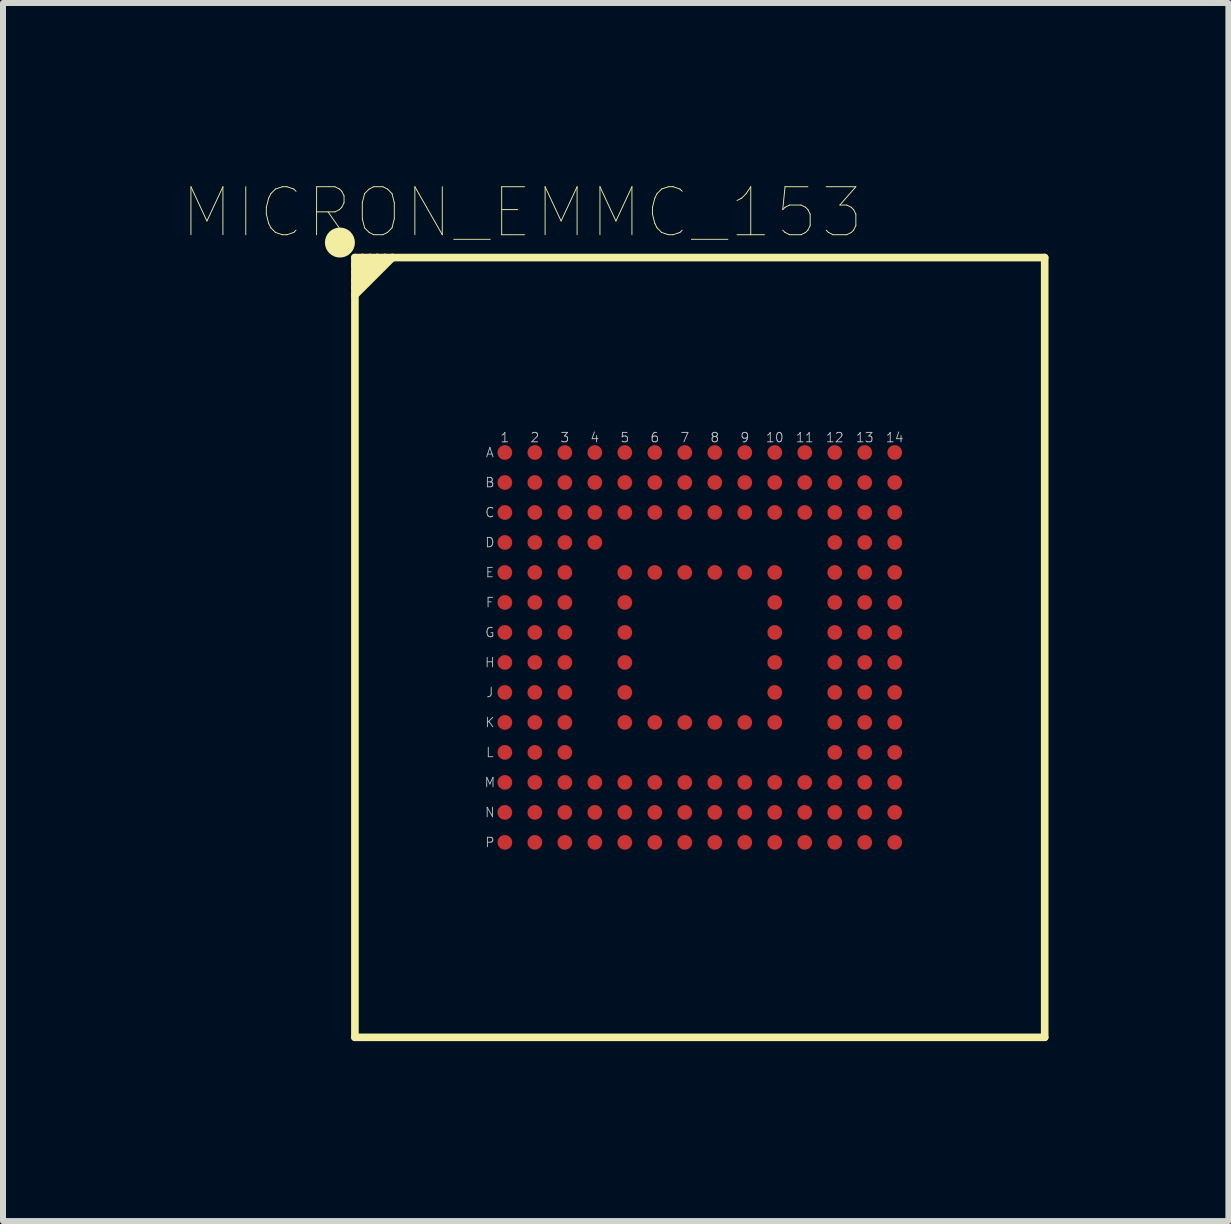
<source format=kicad_pcb>
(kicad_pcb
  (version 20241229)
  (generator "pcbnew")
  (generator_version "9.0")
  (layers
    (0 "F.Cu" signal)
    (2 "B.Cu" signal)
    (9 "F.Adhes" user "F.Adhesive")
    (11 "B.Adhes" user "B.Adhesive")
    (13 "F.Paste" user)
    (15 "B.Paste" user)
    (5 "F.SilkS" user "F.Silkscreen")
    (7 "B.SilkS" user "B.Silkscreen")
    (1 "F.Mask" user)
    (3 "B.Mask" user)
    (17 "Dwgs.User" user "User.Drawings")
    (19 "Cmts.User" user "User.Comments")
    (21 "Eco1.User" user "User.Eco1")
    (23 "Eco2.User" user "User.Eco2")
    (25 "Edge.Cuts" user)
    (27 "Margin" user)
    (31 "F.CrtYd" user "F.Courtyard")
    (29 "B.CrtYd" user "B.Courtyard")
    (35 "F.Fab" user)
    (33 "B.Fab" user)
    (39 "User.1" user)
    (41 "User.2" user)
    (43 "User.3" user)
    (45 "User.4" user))
  (footprint "MICRON_EMMC_153"
    (layer "F.Cu")
    (at 8.617 7.744)
    (property "Reference" "MICRON_EMMC_153" (at -2.96 -7.25 0) (layer "F.SilkS") (effects (font (size 0.8 0.8) (thickness 0.015))))
    (attr through_hole)
    (fp_line (start -5.75 -6.5) (end -5.75 -6.375) (stroke (width 0.127) (type solid)) (layer "F.SilkS"))
    (fp_line (start -5.75 -6.375) (end -5.75 -6.25) (stroke (width 0.127) (type solid)) (layer "F.SilkS"))
    (fp_line (start -5.75 -6.375) (end -5.625 -6.5) (stroke (width 0.127) (type solid)) (layer "F.SilkS"))
    (fp_line (start -5.75 -6.25) (end -5.75 -6.125) (stroke (width 0.127) (type solid)) (layer "F.SilkS"))
    (fp_line (start -5.75 -6.25) (end -5.5 -6.5) (stroke (width 0.127) (type solid)) (layer "F.SilkS"))
    (fp_line (start -5.75 -6.125) (end -5.75 -6) (stroke (width 0.127) (type solid)) (layer "F.SilkS"))
    (fp_line (start -5.75 -6.125) (end -5.375 -6.5) (stroke (width 0.127) (type solid)) (layer "F.SilkS"))
    (fp_line (start -5.75 -6) (end -5.75 -5.875) (stroke (width 0.127) (type solid)) (layer "F.SilkS"))
    (fp_line (start -5.75 -6) (end -5.25 -6.5) (stroke (width 0.127) (type solid)) (layer "F.SilkS"))
    (fp_line (start -5.75 -5.875) (end -5.75 6.5) (stroke (width 0.127) (type solid)) (layer "F.SilkS"))
    (fp_line (start -5.75 -5.875) (end -5.125 -6.5) (stroke (width 0.127) (type solid)) (layer "F.SilkS"))
    (fp_line (start -5.75 6.5) (end 5.75 6.5) (stroke (width 0.127) (type solid)) (layer "F.SilkS"))
    (fp_line (start -5.625 -6.5) (end -5.75 -6.5) (stroke (width 0.127) (type solid)) (layer "F.SilkS"))
    (fp_line (start -5.5 -6.5) (end -5.625 -6.5) (stroke (width 0.127) (type solid)) (layer "F.SilkS"))
    (fp_line (start -5.375 -6.5) (end -5.5 -6.5) (stroke (width 0.127) (type solid)) (layer "F.SilkS"))
    (fp_line (start -5.25 -6.5) (end -5.375 -6.5) (stroke (width 0.127) (type solid)) (layer "F.SilkS"))
    (fp_line (start -5.125 -6.5) (end -5.25 -6.5) (stroke (width 0.127) (type solid)) (layer "F.SilkS"))
    (fp_line (start 5.75 -6.5) (end -5.125 -6.5) (stroke (width 0.127) (type solid)) (layer "F.SilkS"))
    (fp_line (start 5.75 6.5) (end 5.75 -6.5) (stroke (width 0.127) (type solid)) (layer "F.SilkS"))
    (fp_circle (center -6 -6.75) (end -5.875 -6.75) (stroke (width 0.25) (type solid)) (fill no) (layer "F.SilkS"))
    (fp_text user "D" (at -3.5 -1.75 0) (layer "Dwgs.User") (effects (font (size 0.157 0.157) (thickness 0.015))))
    (fp_text user "10" (at 1.25 -3.5 0) (layer "Dwgs.User") (effects (font (size 0.157 0.157) (thickness 0.015))))
    (fp_text user "E" (at -3.5 -1.25 0) (layer "Dwgs.User") (effects (font (size 0.157 0.157) (thickness 0.015))))
    (fp_text user "14" (at 3.25 -3.5 0) (layer "Dwgs.User") (effects (font (size 0.157 0.157) (thickness 0.015))))
    (fp_text user "A" (at -3.5 -3.25 0) (layer "Dwgs.User") (effects (font (size 0.157 0.157) (thickness 0.015))))
    (fp_text user "K" (at -3.5 1.25 0) (layer "Dwgs.User") (effects (font (size 0.157 0.157) (thickness 0.015))))
    (fp_text user "2" (at -2.75 -3.5 0) (layer "Dwgs.User") (effects (font (size 0.157 0.157) (thickness 0.015))))
    (fp_text user "13" (at 2.75 -3.5 0) (layer "Dwgs.User") (effects (font (size 0.157 0.157) (thickness 0.015))))
    (fp_text user "N" (at -3.5 2.75 0) (layer "Dwgs.User") (effects (font (size 0.157 0.157) (thickness 0.015))))
    (fp_text user "H" (at -3.5 0.25 0) (layer "Dwgs.User") (effects (font (size 0.157 0.157) (thickness 0.015))))
    (fp_text user "11" (at 1.75 -3.5 0) (layer "Dwgs.User") (effects (font (size 0.157 0.157) (thickness 0.015))))
    (fp_text user "5" (at -1.25 -3.5 0) (layer "Dwgs.User") (effects (font (size 0.157 0.157) (thickness 0.015))))
    (fp_text user "1" (at -3.25 -3.5 0) (layer "Dwgs.User") (effects (font (size 0.157 0.157) (thickness 0.015))))
    (fp_text user "6" (at -0.75 -3.5 0) (layer "Dwgs.User") (effects (font (size 0.157 0.157) (thickness 0.015))))
    (fp_text user "M" (at -3.5 2.25 0) (layer "Dwgs.User") (effects (font (size 0.157 0.157) (thickness 0.015))))
    (fp_text user "J" (at -3.5 0.75 0) (layer "Dwgs.User") (effects (font (size 0.157 0.157) (thickness 0.015))))
    (fp_text user "9" (at 0.75 -3.5 0) (layer "Dwgs.User") (effects (font (size 0.157 0.157) (thickness 0.015))))
    (fp_text user "B" (at -3.5 -2.75 0) (layer "Dwgs.User") (effects (font (size 0.157 0.157) (thickness 0.015))))
    (fp_text user "F" (at -3.5 -0.75 0) (layer "Dwgs.User") (effects (font (size 0.157 0.157) (thickness 0.015))))
    (fp_text user "4" (at -1.75 -3.5 0) (layer "Dwgs.User") (effects (font (size 0.157 0.157) (thickness 0.015))))
    (fp_text user "8" (at 0.25 -3.5 0) (layer "Dwgs.User") (effects (font (size 0.157 0.157) (thickness 0.015))))
    (fp_text user "L" (at -3.5 1.75 0) (layer "Dwgs.User") (effects (font (size 0.157 0.157) (thickness 0.015))))
    (fp_text user "G" (at -3.5 -0.25 0) (layer "Dwgs.User") (effects (font (size 0.157 0.157) (thickness 0.015))))
    (fp_text user "3" (at -2.25 -3.5 0) (layer "Dwgs.User") (effects (font (size 0.157 0.157) (thickness 0.015))))
    (fp_text user "12" (at 2.25 -3.5 0) (layer "Dwgs.User") (effects (font (size 0.157 0.157) (thickness 0.015))))
    (fp_text user "C" (at -3.5 -2.25 0) (layer "Dwgs.User") (effects (font (size 0.157 0.157) (thickness 0.015))))
    (fp_text user "7" (at -0.25 -3.5 0) (layer "Dwgs.User") (effects (font (size 0.157 0.157) (thickness 0.015))))
    (fp_text user "P" (at -3.5 3.25 0) (layer "Dwgs.User") (effects (font (size 0.157 0.157) (thickness 0.015))))
    (pad "A1" smd circle (at -3.25 -3.25) (size 0.245 0.245) (layers "F.Cu" "F.Mask" "F.Paste"))
    (pad "A2" smd circle (at -2.75 -3.25) (size 0.245 0.245) (layers "F.Cu" "F.Mask" "F.Paste"))
    (pad "A3" smd circle (at -2.25 -3.25) (size 0.245 0.245) (layers "F.Cu" "F.Mask" "F.Paste"))
    (pad "A4" smd circle (at -1.75 -3.25) (size 0.245 0.245) (layers "F.Cu" "F.Mask" "F.Paste"))
    (pad "A5" smd circle (at -1.25 -3.25) (size 0.245 0.245) (layers "F.Cu" "F.Mask" "F.Paste"))
    (pad "A6" smd circle (at -0.75 -3.25) (size 0.245 0.245) (layers "F.Cu" "F.Mask" "F.Paste"))
    (pad "A7" smd circle (at -0.25 -3.25) (size 0.245 0.245) (layers "F.Cu" "F.Mask" "F.Paste"))
    (pad "A8" smd circle (at 0.25 -3.25) (size 0.245 0.245) (layers "F.Cu" "F.Mask" "F.Paste"))
    (pad "A9" smd circle (at 0.75 -3.25) (size 0.245 0.245) (layers "F.Cu" "F.Mask" "F.Paste"))
    (pad "A10" smd circle (at 1.25 -3.25) (size 0.245 0.245) (layers "F.Cu" "F.Mask" "F.Paste"))
    (pad "A11" smd circle (at 1.75 -3.25) (size 0.245 0.245) (layers "F.Cu" "F.Mask" "F.Paste"))
    (pad "A12" smd circle (at 2.25 -3.25) (size 0.245 0.245) (layers "F.Cu" "F.Mask" "F.Paste"))
    (pad "A13" smd circle (at 2.75 -3.25) (size 0.245 0.245) (layers "F.Cu" "F.Mask" "F.Paste"))
    (pad "A14" smd circle (at 3.25 -3.25) (size 0.245 0.245) (layers "F.Cu" "F.Mask" "F.Paste"))
    (pad "B1" smd circle (at -3.25 -2.75) (size 0.245 0.245) (layers "F.Cu" "F.Mask" "F.Paste"))
    (pad "B2" smd circle (at -2.75 -2.75) (size 0.245 0.245) (layers "F.Cu" "F.Mask" "F.Paste"))
    (pad "B3" smd circle (at -2.25 -2.75) (size 0.245 0.245) (layers "F.Cu" "F.Mask" "F.Paste"))
    (pad "B4" smd circle (at -1.75 -2.75) (size 0.245 0.245) (layers "F.Cu" "F.Mask" "F.Paste"))
    (pad "B5" smd circle (at -1.25 -2.75) (size 0.245 0.245) (layers "F.Cu" "F.Mask" "F.Paste"))
    (pad "B6" smd circle (at -0.75 -2.75) (size 0.245 0.245) (layers "F.Cu" "F.Mask" "F.Paste"))
    (pad "B7" smd circle (at -0.25 -2.75) (size 0.245 0.245) (layers "F.Cu" "F.Mask" "F.Paste"))
    (pad "B8" smd circle (at 0.25 -2.75) (size 0.245 0.245) (layers "F.Cu" "F.Mask" "F.Paste"))
    (pad "B9" smd circle (at 0.75 -2.75) (size 0.245 0.245) (layers "F.Cu" "F.Mask" "F.Paste"))
    (pad "B10" smd circle (at 1.25 -2.75) (size 0.245 0.245) (layers "F.Cu" "F.Mask" "F.Paste"))
    (pad "B11" smd circle (at 1.75 -2.75) (size 0.245 0.245) (layers "F.Cu" "F.Mask" "F.Paste"))
    (pad "B12" smd circle (at 2.25 -2.75) (size 0.245 0.245) (layers "F.Cu" "F.Mask" "F.Paste"))
    (pad "B13" smd circle (at 2.75 -2.75) (size 0.245 0.245) (layers "F.Cu" "F.Mask" "F.Paste"))
    (pad "B14" smd circle (at 3.25 -2.75) (size 0.245 0.245) (layers "F.Cu" "F.Mask" "F.Paste"))
    (pad "C1" smd circle (at -3.25 -2.25) (size 0.245 0.245) (layers "F.Cu" "F.Mask" "F.Paste"))
    (pad "C2" smd circle (at -2.75 -2.25) (size 0.245 0.245) (layers "F.Cu" "F.Mask" "F.Paste"))
    (pad "C3" smd circle (at -2.25 -2.25) (size 0.245 0.245) (layers "F.Cu" "F.Mask" "F.Paste"))
    (pad "C4" smd circle (at -1.75 -2.25) (size 0.245 0.245) (layers "F.Cu" "F.Mask" "F.Paste"))
    (pad "C5" smd circle (at -1.25 -2.25) (size 0.245 0.245) (layers "F.Cu" "F.Mask" "F.Paste"))
    (pad "C6" smd circle (at -0.75 -2.25) (size 0.245 0.245) (layers "F.Cu" "F.Mask" "F.Paste"))
    (pad "C7" smd circle (at -0.25 -2.25) (size 0.245 0.245) (layers "F.Cu" "F.Mask" "F.Paste"))
    (pad "C8" smd circle (at 0.25 -2.25) (size 0.245 0.245) (layers "F.Cu" "F.Mask" "F.Paste"))
    (pad "C9" smd circle (at 0.75 -2.25) (size 0.245 0.245) (layers "F.Cu" "F.Mask" "F.Paste"))
    (pad "C10" smd circle (at 1.25 -2.25) (size 0.245 0.245) (layers "F.Cu" "F.Mask" "F.Paste"))
    (pad "C11" smd circle (at 1.75 -2.25) (size 0.245 0.245) (layers "F.Cu" "F.Mask" "F.Paste"))
    (pad "C12" smd circle (at 2.25 -2.25) (size 0.245 0.245) (layers "F.Cu" "F.Mask" "F.Paste"))
    (pad "C13" smd circle (at 2.75 -2.25) (size 0.245 0.245) (layers "F.Cu" "F.Mask" "F.Paste"))
    (pad "C14" smd circle (at 3.25 -2.25) (size 0.245 0.245) (layers "F.Cu" "F.Mask" "F.Paste"))
    (pad "D1" smd circle (at -3.25 -1.75) (size 0.245 0.245) (layers "F.Cu" "F.Mask" "F.Paste"))
    (pad "D2" smd circle (at -2.75 -1.75) (size 0.245 0.245) (layers "F.Cu" "F.Mask" "F.Paste"))
    (pad "D3" smd circle (at -2.25 -1.75) (size 0.245 0.245) (layers "F.Cu" "F.Mask" "F.Paste"))
    (pad "D4" smd circle (at -1.75 -1.75) (size 0.245 0.245) (layers "F.Cu" "F.Mask" "F.Paste"))
    (pad "D12" smd circle (at 2.25 -1.75) (size 0.245 0.245) (layers "F.Cu" "F.Mask" "F.Paste"))
    (pad "D13" smd circle (at 2.75 -1.75) (size 0.245 0.245) (layers "F.Cu" "F.Mask" "F.Paste"))
    (pad "D14" smd circle (at 3.25 -1.75) (size 0.245 0.245) (layers "F.Cu" "F.Mask" "F.Paste"))
    (pad "E1" smd circle (at -3.25 -1.25) (size 0.245 0.245) (layers "F.Cu" "F.Mask" "F.Paste"))
    (pad "E2" smd circle (at -2.75 -1.25) (size 0.245 0.245) (layers "F.Cu" "F.Mask" "F.Paste"))
    (pad "E3" smd circle (at -2.25 -1.25) (size 0.245 0.245) (layers "F.Cu" "F.Mask" "F.Paste"))
    (pad "E5" smd circle (at -1.25 -1.25) (size 0.245 0.245) (layers "F.Cu" "F.Mask" "F.Paste"))
    (pad "E6" smd circle (at -0.75 -1.25) (size 0.245 0.245) (layers "F.Cu" "F.Mask" "F.Paste"))
    (pad "E7" smd circle (at -0.25 -1.25) (size 0.245 0.245) (layers "F.Cu" "F.Mask" "F.Paste"))
    (pad "E8" smd circle (at 0.25 -1.25) (size 0.245 0.245) (layers "F.Cu" "F.Mask" "F.Paste"))
    (pad "E9" smd circle (at 0.75 -1.25) (size 0.245 0.245) (layers "F.Cu" "F.Mask" "F.Paste"))
    (pad "E10" smd circle (at 1.25 -1.25) (size 0.245 0.245) (layers "F.Cu" "F.Mask" "F.Paste"))
    (pad "E12" smd circle (at 2.25 -1.25) (size 0.245 0.245) (layers "F.Cu" "F.Mask" "F.Paste"))
    (pad "E13" smd circle (at 2.75 -1.25) (size 0.245 0.245) (layers "F.Cu" "F.Mask" "F.Paste"))
    (pad "E14" smd circle (at 3.25 -1.25) (size 0.245 0.245) (layers "F.Cu" "F.Mask" "F.Paste"))
    (pad "F1" smd circle (at -3.25 -0.75) (size 0.245 0.245) (layers "F.Cu" "F.Mask" "F.Paste"))
    (pad "F2" smd circle (at -2.75 -0.75) (size 0.245 0.245) (layers "F.Cu" "F.Mask" "F.Paste"))
    (pad "F3" smd circle (at -2.25 -0.75) (size 0.245 0.245) (layers "F.Cu" "F.Mask" "F.Paste"))
    (pad "F5" smd circle (at -1.25 -0.75) (size 0.245 0.245) (layers "F.Cu" "F.Mask" "F.Paste"))
    (pad "F10" smd circle (at 1.25 -0.75) (size 0.245 0.245) (layers "F.Cu" "F.Mask" "F.Paste"))
    (pad "F12" smd circle (at 2.25 -0.75) (size 0.245 0.245) (layers "F.Cu" "F.Mask" "F.Paste"))
    (pad "F13" smd circle (at 2.75 -0.75) (size 0.245 0.245) (layers "F.Cu" "F.Mask" "F.Paste"))
    (pad "F14" smd circle (at 3.25 -0.75) (size 0.245 0.245) (layers "F.Cu" "F.Mask" "F.Paste"))
    (pad "G1" smd circle (at -3.25 -0.25) (size 0.245 0.245) (layers "F.Cu" "F.Mask" "F.Paste"))
    (pad "G2" smd circle (at -2.75 -0.25) (size 0.245 0.245) (layers "F.Cu" "F.Mask" "F.Paste"))
    (pad "G3" smd circle (at -2.25 -0.25) (size 0.245 0.245) (layers "F.Cu" "F.Mask" "F.Paste"))
    (pad "G5" smd circle (at -1.25 -0.25) (size 0.245 0.245) (layers "F.Cu" "F.Mask" "F.Paste"))
    (pad "G10" smd circle (at 1.25 -0.25) (size 0.245 0.245) (layers "F.Cu" "F.Mask" "F.Paste"))
    (pad "G12" smd circle (at 2.25 -0.25) (size 0.245 0.245) (layers "F.Cu" "F.Mask" "F.Paste"))
    (pad "G13" smd circle (at 2.75 -0.25) (size 0.245 0.245) (layers "F.Cu" "F.Mask" "F.Paste"))
    (pad "G14" smd circle (at 3.25 -0.25) (size 0.245 0.245) (layers "F.Cu" "F.Mask" "F.Paste"))
    (pad "H1" smd circle (at -3.25 0.25) (size 0.245 0.245) (layers "F.Cu" "F.Mask" "F.Paste"))
    (pad "H2" smd circle (at -2.75 0.25) (size 0.245 0.245) (layers "F.Cu" "F.Mask" "F.Paste"))
    (pad "H3" smd circle (at -2.25 0.25) (size 0.245 0.245) (layers "F.Cu" "F.Mask" "F.Paste"))
    (pad "H5" smd circle (at -1.25 0.25) (size 0.245 0.245) (layers "F.Cu" "F.Mask" "F.Paste"))
    (pad "H10" smd circle (at 1.25 0.25) (size 0.245 0.245) (layers "F.Cu" "F.Mask" "F.Paste"))
    (pad "H12" smd circle (at 2.25 0.25) (size 0.245 0.245) (layers "F.Cu" "F.Mask" "F.Paste"))
    (pad "H13" smd circle (at 2.75 0.25) (size 0.245 0.245) (layers "F.Cu" "F.Mask" "F.Paste"))
    (pad "H14" smd circle (at 3.25 0.25) (size 0.245 0.245) (layers "F.Cu" "F.Mask" "F.Paste"))
    (pad "J1" smd circle (at -3.25 0.75) (size 0.245 0.245) (layers "F.Cu" "F.Mask" "F.Paste"))
    (pad "J2" smd circle (at -2.75 0.75) (size 0.245 0.245) (layers "F.Cu" "F.Mask" "F.Paste"))
    (pad "J3" smd circle (at -2.25 0.75) (size 0.245 0.245) (layers "F.Cu" "F.Mask" "F.Paste"))
    (pad "J5" smd circle (at -1.25 0.75) (size 0.245 0.245) (layers "F.Cu" "F.Mask" "F.Paste"))
    (pad "J10" smd circle (at 1.25 0.75) (size 0.245 0.245) (layers "F.Cu" "F.Mask" "F.Paste"))
    (pad "J12" smd circle (at 2.25 0.75) (size 0.245 0.245) (layers "F.Cu" "F.Mask" "F.Paste"))
    (pad "J13" smd circle (at 2.75 0.75) (size 0.245 0.245) (layers "F.Cu" "F.Mask" "F.Paste"))
    (pad "J14" smd circle (at 3.25 0.75) (size 0.245 0.245) (layers "F.Cu" "F.Mask" "F.Paste"))
    (pad "K1" smd circle (at -3.25 1.25) (size 0.245 0.245) (layers "F.Cu" "F.Mask" "F.Paste"))
    (pad "K2" smd circle (at -2.75 1.25) (size 0.245 0.245) (layers "F.Cu" "F.Mask" "F.Paste"))
    (pad "K3" smd circle (at -2.25 1.25) (size 0.245 0.245) (layers "F.Cu" "F.Mask" "F.Paste"))
    (pad "K5" smd circle (at -1.25 1.25) (size 0.245 0.245) (layers "F.Cu" "F.Mask" "F.Paste"))
    (pad "K6" smd circle (at -0.75 1.25) (size 0.245 0.245) (layers "F.Cu" "F.Mask" "F.Paste"))
    (pad "K7" smd circle (at -0.25 1.25) (size 0.245 0.245) (layers "F.Cu" "F.Mask" "F.Paste"))
    (pad "K8" smd circle (at 0.25 1.25) (size 0.245 0.245) (layers "F.Cu" "F.Mask" "F.Paste"))
    (pad "K9" smd circle (at 0.75 1.25) (size 0.245 0.245) (layers "F.Cu" "F.Mask" "F.Paste"))
    (pad "K10" smd circle (at 1.25 1.25) (size 0.245 0.245) (layers "F.Cu" "F.Mask" "F.Paste"))
    (pad "K12" smd circle (at 2.25 1.25) (size 0.245 0.245) (layers "F.Cu" "F.Mask" "F.Paste"))
    (pad "K13" smd circle (at 2.75 1.25) (size 0.245 0.245) (layers "F.Cu" "F.Mask" "F.Paste"))
    (pad "K14" smd circle (at 3.25 1.25) (size 0.245 0.245) (layers "F.Cu" "F.Mask" "F.Paste"))
    (pad "L1" smd circle (at -3.25 1.75) (size 0.245 0.245) (layers "F.Cu" "F.Mask" "F.Paste"))
    (pad "L2" smd circle (at -2.75 1.75) (size 0.245 0.245) (layers "F.Cu" "F.Mask" "F.Paste"))
    (pad "L3" smd circle (at -2.25 1.75) (size 0.245 0.245) (layers "F.Cu" "F.Mask" "F.Paste"))
    (pad "L12" smd circle (at 2.25 1.75) (size 0.245 0.245) (layers "F.Cu" "F.Mask" "F.Paste"))
    (pad "L13" smd circle (at 2.75 1.75) (size 0.245 0.245) (layers "F.Cu" "F.Mask" "F.Paste"))
    (pad "L14" smd circle (at 3.25 1.75) (size 0.245 0.245) (layers "F.Cu" "F.Mask" "F.Paste"))
    (pad "M1" smd circle (at -3.25 2.25) (size 0.245 0.245) (layers "F.Cu" "F.Mask" "F.Paste"))
    (pad "M2" smd circle (at -2.75 2.25) (size 0.245 0.245) (layers "F.Cu" "F.Mask" "F.Paste"))
    (pad "M3" smd circle (at -2.25 2.25) (size 0.245 0.245) (layers "F.Cu" "F.Mask" "F.Paste"))
    (pad "M4" smd circle (at -1.75 2.25) (size 0.245 0.245) (layers "F.Cu" "F.Mask" "F.Paste"))
    (pad "M5" smd circle (at -1.25 2.25) (size 0.245 0.245) (layers "F.Cu" "F.Mask" "F.Paste"))
    (pad "M6" smd circle (at -0.75 2.25) (size 0.245 0.245) (layers "F.Cu" "F.Mask" "F.Paste"))
    (pad "M7" smd circle (at -0.25 2.25) (size 0.245 0.245) (layers "F.Cu" "F.Mask" "F.Paste"))
    (pad "M8" smd circle (at 0.25 2.25) (size 0.245 0.245) (layers "F.Cu" "F.Mask" "F.Paste"))
    (pad "M9" smd circle (at 0.75 2.25) (size 0.245 0.245) (layers "F.Cu" "F.Mask" "F.Paste"))
    (pad "M10" smd circle (at 1.25 2.25) (size 0.245 0.245) (layers "F.Cu" "F.Mask" "F.Paste"))
    (pad "M11" smd circle (at 1.75 2.25) (size 0.245 0.245) (layers "F.Cu" "F.Mask" "F.Paste"))
    (pad "M12" smd circle (at 2.25 2.25) (size 0.245 0.245) (layers "F.Cu" "F.Mask" "F.Paste"))
    (pad "M13" smd circle (at 2.75 2.25) (size 0.245 0.245) (layers "F.Cu" "F.Mask" "F.Paste"))
    (pad "M14" smd circle (at 3.25 2.25) (size 0.245 0.245) (layers "F.Cu" "F.Mask" "F.Paste"))
    (pad "N1" smd circle (at -3.25 2.75) (size 0.245 0.245) (layers "F.Cu" "F.Mask" "F.Paste"))
    (pad "N2" smd circle (at -2.75 2.75) (size 0.245 0.245) (layers "F.Cu" "F.Mask" "F.Paste"))
    (pad "N3" smd circle (at -2.25 2.75) (size 0.245 0.245) (layers "F.Cu" "F.Mask" "F.Paste"))
    (pad "N4" smd circle (at -1.75 2.75) (size 0.245 0.245) (layers "F.Cu" "F.Mask" "F.Paste"))
    (pad "N5" smd circle (at -1.25 2.75) (size 0.245 0.245) (layers "F.Cu" "F.Mask" "F.Paste"))
    (pad "N6" smd circle (at -0.75 2.75) (size 0.245 0.245) (layers "F.Cu" "F.Mask" "F.Paste"))
    (pad "N7" smd circle (at -0.25 2.75) (size 0.245 0.245) (layers "F.Cu" "F.Mask" "F.Paste"))
    (pad "N8" smd circle (at 0.25 2.75) (size 0.245 0.245) (layers "F.Cu" "F.Mask" "F.Paste"))
    (pad "N9" smd circle (at 0.75 2.75) (size 0.245 0.245) (layers "F.Cu" "F.Mask" "F.Paste"))
    (pad "N10" smd circle (at 1.25 2.75) (size 0.245 0.245) (layers "F.Cu" "F.Mask" "F.Paste"))
    (pad "N11" smd circle (at 1.75 2.75) (size 0.245 0.245) (layers "F.Cu" "F.Mask" "F.Paste"))
    (pad "N12" smd circle (at 2.25 2.75) (size 0.245 0.245) (layers "F.Cu" "F.Mask" "F.Paste"))
    (pad "N13" smd circle (at 2.75 2.75) (size 0.245 0.245) (layers "F.Cu" "F.Mask" "F.Paste"))
    (pad "N14" smd circle (at 3.25 2.75) (size 0.245 0.245) (layers "F.Cu" "F.Mask" "F.Paste"))
    (pad "P1" smd circle (at -3.25 3.25) (size 0.245 0.245) (layers "F.Cu" "F.Mask" "F.Paste"))
    (pad "P2" smd circle (at -2.75 3.25) (size 0.245 0.245) (layers "F.Cu" "F.Mask" "F.Paste"))
    (pad "P3" smd circle (at -2.25 3.25) (size 0.245 0.245) (layers "F.Cu" "F.Mask" "F.Paste"))
    (pad "P4" smd circle (at -1.75 3.25) (size 0.245 0.245) (layers "F.Cu" "F.Mask" "F.Paste"))
    (pad "P5" smd circle (at -1.25 3.25) (size 0.245 0.245) (layers "F.Cu" "F.Mask" "F.Paste"))
    (pad "P6" smd circle (at -0.75 3.25) (size 0.245 0.245) (layers "F.Cu" "F.Mask" "F.Paste"))
    (pad "P7" smd circle (at -0.25 3.25) (size 0.245 0.245) (layers "F.Cu" "F.Mask" "F.Paste"))
    (pad "P8" smd circle (at 0.25 3.25) (size 0.245 0.245) (layers "F.Cu" "F.Mask" "F.Paste"))
    (pad "P9" smd circle (at 0.75 3.25) (size 0.245 0.245) (layers "F.Cu" "F.Mask" "F.Paste"))
    (pad "P10" smd circle (at 1.25 3.25) (size 0.245 0.245) (layers "F.Cu" "F.Mask" "F.Paste"))
    (pad "P11" smd circle (at 1.75 3.25) (size 0.245 0.245) (layers "F.Cu" "F.Mask" "F.Paste"))
    (pad "P12" smd circle (at 2.25 3.25) (size 0.245 0.245) (layers "F.Cu" "F.Mask" "F.Paste"))
    (pad "P13" smd circle (at 2.75 3.25) (size 0.245 0.245) (layers "F.Cu" "F.Mask" "F.Paste"))
    (pad "P14" smd circle (at 3.25 3.25) (size 0.245 0.245) (layers "F.Cu" "F.Mask" "F.Paste")))
  (gr_rect
    (start -3 -3)
    (end 17.43 17.308)
    (stroke (width 0.1) (type default))
    (fill no)
    (layer "Edge.Cuts")))
</source>
